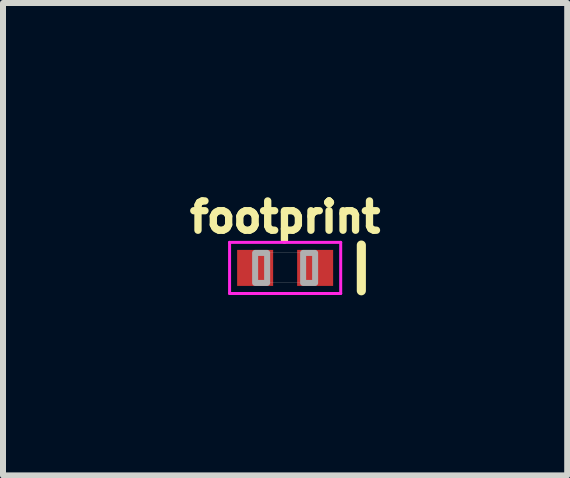
<source format=kicad_pcb>
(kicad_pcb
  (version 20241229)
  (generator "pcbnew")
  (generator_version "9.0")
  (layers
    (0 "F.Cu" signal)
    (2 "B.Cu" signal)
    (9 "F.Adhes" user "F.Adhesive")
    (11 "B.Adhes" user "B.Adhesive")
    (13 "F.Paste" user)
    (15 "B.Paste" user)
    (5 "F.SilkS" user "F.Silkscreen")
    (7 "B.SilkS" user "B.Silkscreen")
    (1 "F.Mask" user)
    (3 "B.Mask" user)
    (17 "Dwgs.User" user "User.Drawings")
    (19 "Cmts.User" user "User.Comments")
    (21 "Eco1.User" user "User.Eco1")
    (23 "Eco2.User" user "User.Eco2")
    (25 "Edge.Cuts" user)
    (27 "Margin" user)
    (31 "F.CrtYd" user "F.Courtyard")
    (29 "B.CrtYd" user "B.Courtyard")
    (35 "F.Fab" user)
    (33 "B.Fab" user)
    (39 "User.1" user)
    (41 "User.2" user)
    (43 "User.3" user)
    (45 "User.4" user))
  (footprint "footprint"
    (layer "F.Cu")
    (at 1.702 1.415)
    (property "Reference" "footprint" (at 0 -0.562 0) (layer "F.SilkS") (effects (font (size 0.488 0.488) (thickness 0.122)) (justify bottom)))
    (fp_line (start 1.27 -0.381) (end 1.27 0.381) (stroke (width 0.152) (type solid)) (layer "F.SilkS"))
    (fp_line (start -0.926 -0.426) (end -0.926 0.426) (stroke (width 0.05) (type solid)) (layer "F.CrtYd"))
    (fp_line (start -0.926 0.426) (end 0.926 0.426) (stroke (width 0.05) (type solid)) (layer "F.CrtYd"))
    (fp_line (start 0.926 -0.426) (end -0.926 -0.426) (stroke (width 0.05) (type solid)) (layer "F.CrtYd"))
    (fp_line (start 0.926 0.426) (end 0.926 -0.426) (stroke (width 0.05) (type solid)) (layer "F.CrtYd"))
    (fp_line (start -0.5 -0.25) (end 0.5 -0.25) (stroke (width 0.003) (type solid)) (layer "F.Fab"))
    (fp_line (start -0.5 0.25) (end -0.5 -0.25) (stroke (width 0.003) (type solid)) (layer "F.Fab"))
    (fp_line (start 0.5 -0.25) (end 0.5 0.25) (stroke (width 0.003) (type solid)) (layer "F.Fab"))
    (fp_line (start 0.5 0.25) (end -0.5 0.25) (stroke (width 0.003) (type solid)) (layer "F.Fab"))
    (fp_poly (pts (xy -0.5 0.25) (xy -0.3 0.25) (xy -0.3 -0.25) (xy -0.5 -0.25)) (stroke (width 0.1) (type solid)) (fill no) (layer "F.Fab"))
    (fp_poly (pts (xy 0.5 -0.25) (xy 0.3 -0.25) (xy 0.3 0.25) (xy 0.5 0.25)) (stroke (width 0.1) (type solid)) (fill no) (layer "F.Fab"))
    (pad "A" smd rect (at -0.5 0) (size 0.6 0.6) (layers "F.Cu" "F.Mask" "F.Paste"))
    (pad "C" smd rect (at 0.5 0) (size 0.6 0.6) (layers "F.Cu" "F.Mask" "F.Paste")))
  (gr_rect
    (start -3 -3)
    (end 6.403 4.873)
    (stroke (width 0.1) (type default))
    (fill no)
    (layer "Edge.Cuts")))
</source>
